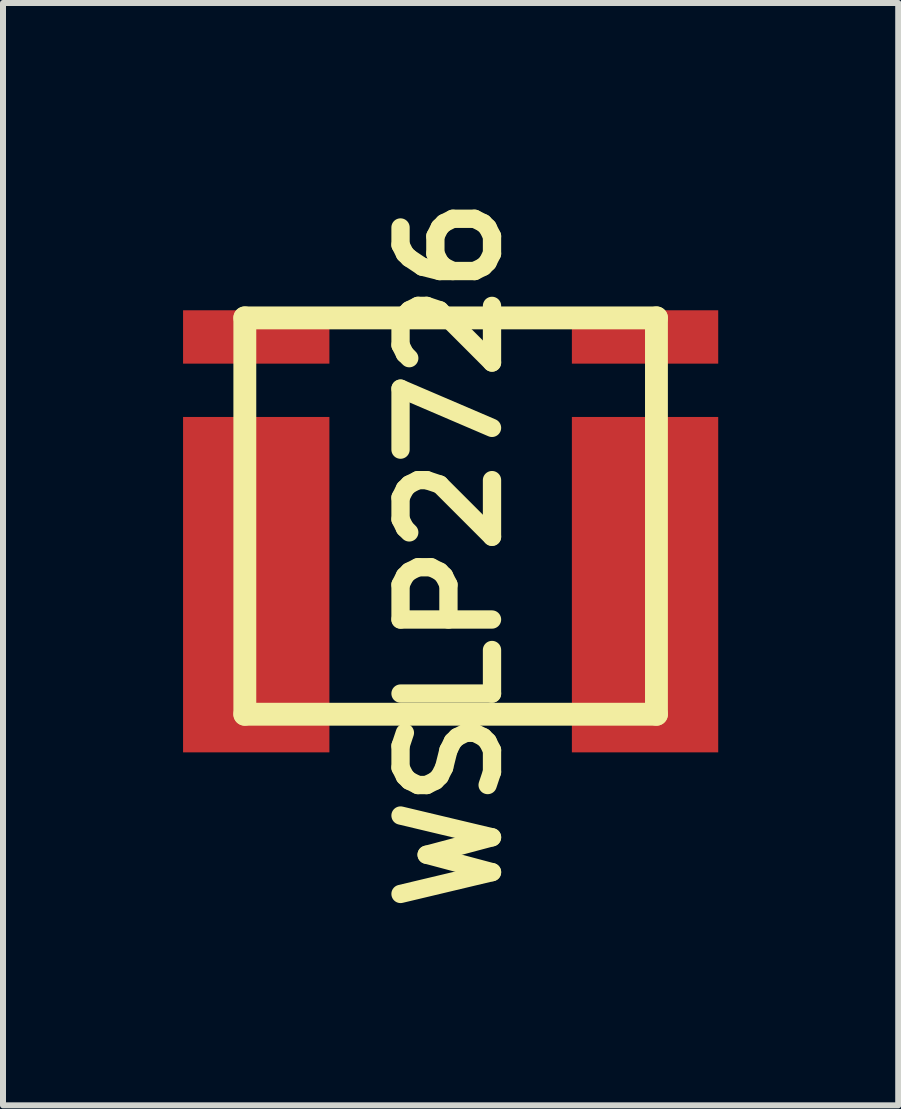
<source format=kicad_pcb>
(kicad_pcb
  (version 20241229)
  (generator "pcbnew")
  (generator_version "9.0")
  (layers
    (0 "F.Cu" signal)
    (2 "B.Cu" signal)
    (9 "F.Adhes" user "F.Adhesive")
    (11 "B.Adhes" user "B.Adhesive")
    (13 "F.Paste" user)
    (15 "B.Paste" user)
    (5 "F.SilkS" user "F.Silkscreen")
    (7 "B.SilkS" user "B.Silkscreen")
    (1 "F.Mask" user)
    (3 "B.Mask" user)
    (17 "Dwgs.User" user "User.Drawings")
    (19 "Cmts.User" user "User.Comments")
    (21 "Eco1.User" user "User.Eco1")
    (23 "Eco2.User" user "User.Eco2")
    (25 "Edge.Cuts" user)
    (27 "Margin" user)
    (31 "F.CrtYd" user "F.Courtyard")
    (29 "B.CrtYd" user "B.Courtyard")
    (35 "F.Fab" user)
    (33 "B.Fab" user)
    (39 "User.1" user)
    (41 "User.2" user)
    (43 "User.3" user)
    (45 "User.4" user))
  (footprint "WSLP2726"
    (layer "F.Cu")
    (at 4.458 3.643)
    (property "Reference" "WSLP2726" (at 0 2.54 90) (layer "F.SilkS") (effects (font (size 1.524 1.524) (thickness 0.305))))
    (attr through_hole)
    (fp_line (start -3.429 -1.397) (end -3.429 5.207) (stroke (width 0.381) (type solid)) (layer "F.SilkS"))
    (fp_line (start -3.429 5.207) (end 3.429 5.207) (stroke (width 0.381) (type solid)) (layer "F.SilkS"))
    (fp_line (start 3.429 -1.397) (end -3.429 -1.397) (stroke (width 0.381) (type solid)) (layer "F.SilkS"))
    (fp_line (start 3.429 5.207) (end 3.429 -1.397) (stroke (width 0.381) (type solid)) (layer "F.SilkS"))
    (pad "1" smd rect (at -3.239 3.048) (size 2.438 5.588) (layers "F.Cu" "F.Mask" "F.Paste"))
    (pad "2" smd rect (at 3.239 3.048) (size 2.438 5.588) (layers "F.Cu" "F.Mask" "F.Paste"))
    (pad "3" smd rect (at -3.239 -1.079) (size 2.438 0.889) (layers "F.Cu" "F.Mask" "F.Paste"))
    (pad "4" smd rect (at 3.239 -1.079) (size 2.438 0.889) (layers "F.Cu" "F.Mask" "F.Paste")))
  (gr_rect
    (start -3 -3)
    (end 11.915 15.366)
    (stroke (width 0.1) (type default))
    (fill no)
    (layer "Edge.Cuts")))
</source>
